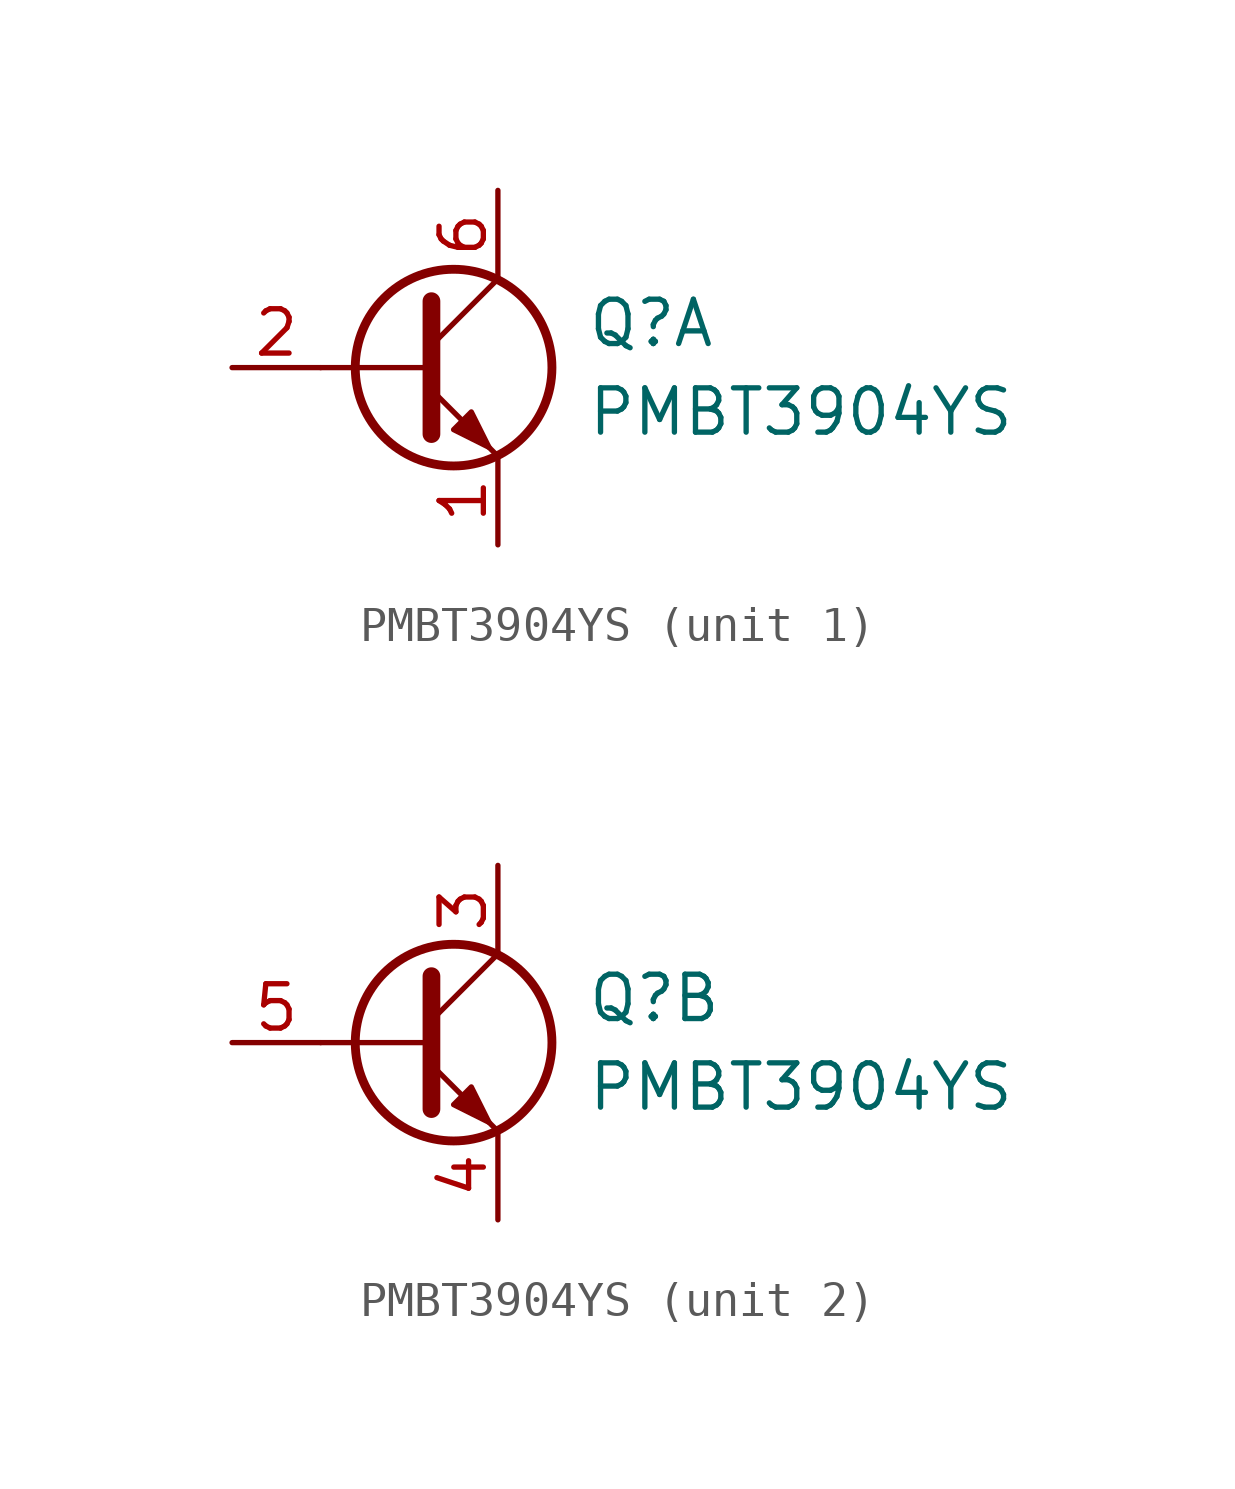
<source format=kicad_sym>
(kicad_symbol_lib
  (version 20241209)
  (generator "kicad_symbol_editor")
  (generator_version "9.0")
  (symbol "PMBT3904YS"
    (pin_names
      (offset 0)
      (hide yes))
    (property "Reference" "Q"
      (at 5.08 1.27 0)
      (effects (font (size 1.27 1.27)) (justify left)))
    (property "Value" "PMBT3904YS"
      (at 5.08 -1.27 0)
      (effects (font (size 1.27 1.27)) (justify left)))
    (property "ki_locked" ""
      (at 0 0 0)
      (effects (font (size 1.27 1.27))))
    (symbol "PMBT3904YS_0_1"
      (polyline (pts (xy 0.635 1.905) (xy 0.635 -1.905)) (stroke (width 0.508) (type default)) (fill (type none)))
      (polyline (pts (xy 0.635 0.635) (xy 2.54 2.54)) (stroke (width 0) (type default)) (fill (type none)))
      (polyline (pts (xy 0.635 0) (xy -2.54 0)) (stroke (width 0) (type default)) (fill (type none)))
      (polyline (pts (xy 0.635 -0.635) (xy 2.54 -2.54)) (stroke (width 0) (type default)) (fill (type none)))
      (circle (center 1.27 0) (radius 2.819) (stroke (width 0.254) (type default)) (fill (type none)))
      (polyline (pts (xy 1.27 -1.778) (xy 1.778 -1.27) (xy 2.286 -2.286) (xy 1.27 -1.778)) (stroke (width 0) (type default)) (fill (type outline))))
    (symbol "PMBT3904YS_1_1"
      (pin input line (at -5.08 0 0) (length 2.54) (name "B1" (effects (font (size 1.27 1.27)))) (number "2" (effects (font (size 1.27 1.27)))))
      (pin passive line (at 2.54 5.08 270) (length 2.54) (name "C1" (effects (font (size 1.27 1.27)))) (number "6" (effects (font (size 1.27 1.27)))))
      (pin passive line (at 2.54 -5.08 90) (length 2.54) (name "E1" (effects (font (size 1.27 1.27)))) (number "1" (effects (font (size 1.27 1.27))))))
    (symbol "PMBT3904YS_2_1"
      (pin input line (at -5.08 0 0) (length 2.54) (name "B2" (effects (font (size 1.27 1.27)))) (number "5" (effects (font (size 1.27 1.27)))))
      (pin passive line (at 2.54 5.08 270) (length 2.54) (name "C2" (effects (font (size 1.27 1.27)))) (number "3" (effects (font (size 1.27 1.27)))))
      (pin passive line (at 2.54 -5.08 90) (length 2.54) (name "E2" (effects (font (size 1.27 1.27)))) (number "4" (effects (font (size 1.27 1.27))))))))
</source>
